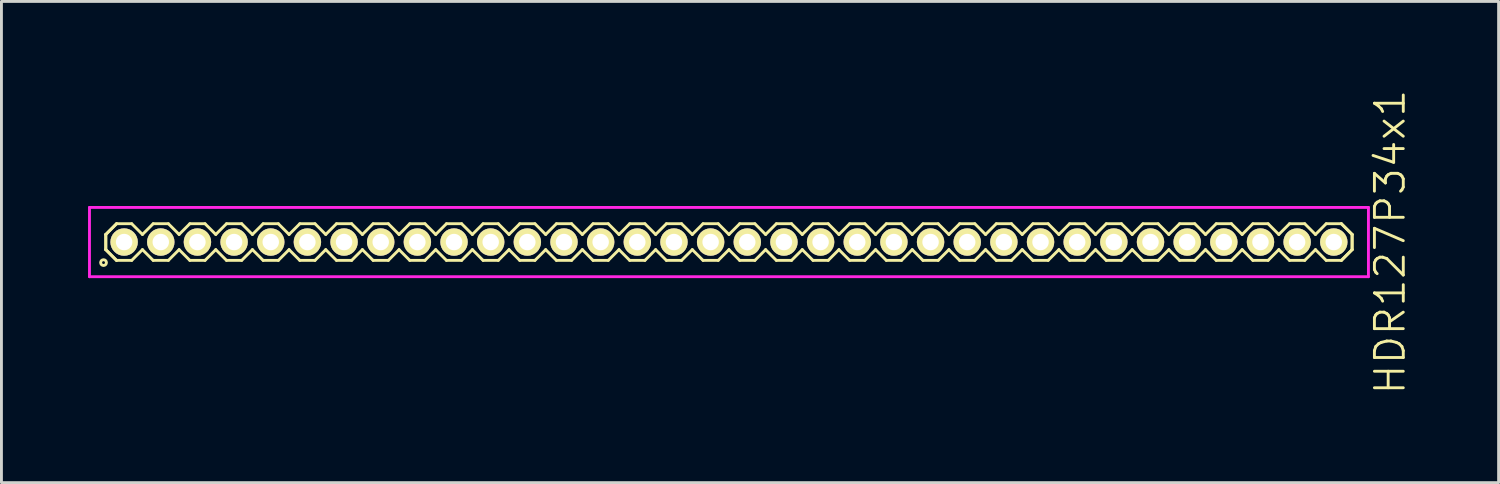
<source format=kicad_pcb>
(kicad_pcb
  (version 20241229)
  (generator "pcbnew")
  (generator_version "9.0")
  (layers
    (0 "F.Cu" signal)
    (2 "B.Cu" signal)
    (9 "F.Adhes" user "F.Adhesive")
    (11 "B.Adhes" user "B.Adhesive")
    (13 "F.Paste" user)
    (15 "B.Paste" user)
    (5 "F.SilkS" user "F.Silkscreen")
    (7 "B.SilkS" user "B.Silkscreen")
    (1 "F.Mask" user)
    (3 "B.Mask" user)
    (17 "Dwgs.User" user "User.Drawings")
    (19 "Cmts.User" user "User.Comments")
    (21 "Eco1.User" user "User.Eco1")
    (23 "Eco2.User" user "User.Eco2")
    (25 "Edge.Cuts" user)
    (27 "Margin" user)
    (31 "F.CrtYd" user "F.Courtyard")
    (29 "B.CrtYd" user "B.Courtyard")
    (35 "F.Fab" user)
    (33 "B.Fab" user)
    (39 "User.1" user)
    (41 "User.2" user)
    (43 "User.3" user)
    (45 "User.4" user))
  (footprint "HDR127P34x1"
    (layer "F.Cu")
    (at 22.205 5.336)
    (property "Reference" "HDR127P34x1" (at 22.905 0 90) (layer "F.SilkS") (effects (font (size 1 1) (thickness 0.1))))
    (attr through_hole)
    (fp_line (start -21.59 -0.263) (end -21.218 -0.635) (stroke (width 0.1) (type solid)) (layer "F.SilkS"))
    (fp_line (start -21.59 -0.263) (end -21.218 -0.635) (stroke (width 0.1) (type solid)) (layer "F.SilkS"))
    (fp_line (start -21.59 0.263) (end -21.59 -0.263) (stroke (width 0.1) (type solid)) (layer "F.SilkS"))
    (fp_line (start -21.59 0.263) (end -21.59 -0.263) (stroke (width 0.1) (type solid)) (layer "F.SilkS"))
    (fp_line (start -21.218 -0.635) (end -20.692 -0.635) (stroke (width 0.1) (type solid)) (layer "F.SilkS"))
    (fp_line (start -21.218 0.635) (end -21.59 0.263) (stroke (width 0.1) (type solid)) (layer "F.SilkS"))
    (fp_line (start -21.218 0.635) (end -21.59 0.263) (stroke (width 0.1) (type solid)) (layer "F.SilkS"))
    (fp_line (start -20.692 -0.635) (end -20.32 -0.263) (stroke (width 0.1) (type solid)) (layer "F.SilkS"))
    (fp_line (start -20.692 0.635) (end -21.218 0.635) (stroke (width 0.1) (type solid)) (layer "F.SilkS"))
    (fp_line (start -20.32 -0.263) (end -19.948 -0.635) (stroke (width 0.1) (type solid)) (layer "F.SilkS"))
    (fp_line (start -20.32 0.263) (end -20.692 0.635) (stroke (width 0.1) (type solid)) (layer "F.SilkS"))
    (fp_line (start -19.948 -0.635) (end -19.422 -0.635) (stroke (width 0.1) (type solid)) (layer "F.SilkS"))
    (fp_line (start -19.948 0.635) (end -20.32 0.263) (stroke (width 0.1) (type solid)) (layer "F.SilkS"))
    (fp_line (start -19.422 -0.635) (end -19.05 -0.263) (stroke (width 0.1) (type solid)) (layer "F.SilkS"))
    (fp_line (start -19.422 0.635) (end -19.948 0.635) (stroke (width 0.1) (type solid)) (layer "F.SilkS"))
    (fp_line (start -19.05 -0.263) (end -18.678 -0.635) (stroke (width 0.1) (type solid)) (layer "F.SilkS"))
    (fp_line (start -19.05 0.263) (end -19.422 0.635) (stroke (width 0.1) (type solid)) (layer "F.SilkS"))
    (fp_line (start -18.678 -0.635) (end -18.152 -0.635) (stroke (width 0.1) (type solid)) (layer "F.SilkS"))
    (fp_line (start -18.678 0.635) (end -19.05 0.263) (stroke (width 0.1) (type solid)) (layer "F.SilkS"))
    (fp_line (start -18.152 -0.635) (end -17.78 -0.263) (stroke (width 0.1) (type solid)) (layer "F.SilkS"))
    (fp_line (start -18.152 0.635) (end -18.678 0.635) (stroke (width 0.1) (type solid)) (layer "F.SilkS"))
    (fp_line (start -17.78 -0.263) (end -17.408 -0.635) (stroke (width 0.1) (type solid)) (layer "F.SilkS"))
    (fp_line (start -17.78 0.263) (end -18.152 0.635) (stroke (width 0.1) (type solid)) (layer "F.SilkS"))
    (fp_line (start -17.408 -0.635) (end -16.882 -0.635) (stroke (width 0.1) (type solid)) (layer "F.SilkS"))
    (fp_line (start -17.408 0.635) (end -17.78 0.263) (stroke (width 0.1) (type solid)) (layer "F.SilkS"))
    (fp_line (start -16.882 -0.635) (end -16.51 -0.263) (stroke (width 0.1) (type solid)) (layer "F.SilkS"))
    (fp_line (start -16.882 0.635) (end -17.408 0.635) (stroke (width 0.1) (type solid)) (layer "F.SilkS"))
    (fp_line (start -16.51 -0.263) (end -16.138 -0.635) (stroke (width 0.1) (type solid)) (layer "F.SilkS"))
    (fp_line (start -16.51 0.263) (end -16.882 0.635) (stroke (width 0.1) (type solid)) (layer "F.SilkS"))
    (fp_line (start -16.138 -0.635) (end -15.612 -0.635) (stroke (width 0.1) (type solid)) (layer "F.SilkS"))
    (fp_line (start -16.138 0.635) (end -16.51 0.263) (stroke (width 0.1) (type solid)) (layer "F.SilkS"))
    (fp_line (start -15.612 -0.635) (end -15.24 -0.263) (stroke (width 0.1) (type solid)) (layer "F.SilkS"))
    (fp_line (start -15.612 0.635) (end -16.138 0.635) (stroke (width 0.1) (type solid)) (layer "F.SilkS"))
    (fp_line (start -15.24 -0.263) (end -14.868 -0.635) (stroke (width 0.1) (type solid)) (layer "F.SilkS"))
    (fp_line (start -15.24 0.263) (end -15.612 0.635) (stroke (width 0.1) (type solid)) (layer "F.SilkS"))
    (fp_line (start -14.868 -0.635) (end -14.342 -0.635) (stroke (width 0.1) (type solid)) (layer "F.SilkS"))
    (fp_line (start -14.868 0.635) (end -15.24 0.263) (stroke (width 0.1) (type solid)) (layer "F.SilkS"))
    (fp_line (start -14.342 -0.635) (end -13.97 -0.263) (stroke (width 0.1) (type solid)) (layer "F.SilkS"))
    (fp_line (start -14.342 0.635) (end -14.868 0.635) (stroke (width 0.1) (type solid)) (layer "F.SilkS"))
    (fp_line (start -13.97 -0.263) (end -13.598 -0.635) (stroke (width 0.1) (type solid)) (layer "F.SilkS"))
    (fp_line (start -13.97 0.263) (end -14.342 0.635) (stroke (width 0.1) (type solid)) (layer "F.SilkS"))
    (fp_line (start -13.598 -0.635) (end -13.072 -0.635) (stroke (width 0.1) (type solid)) (layer "F.SilkS"))
    (fp_line (start -13.598 0.635) (end -13.97 0.263) (stroke (width 0.1) (type solid)) (layer "F.SilkS"))
    (fp_line (start -13.072 -0.635) (end -12.7 -0.263) (stroke (width 0.1) (type solid)) (layer "F.SilkS"))
    (fp_line (start -13.072 0.635) (end -13.598 0.635) (stroke (width 0.1) (type solid)) (layer "F.SilkS"))
    (fp_line (start -12.7 -0.263) (end -12.328 -0.635) (stroke (width 0.1) (type solid)) (layer "F.SilkS"))
    (fp_line (start -12.7 0.263) (end -13.072 0.635) (stroke (width 0.1) (type solid)) (layer "F.SilkS"))
    (fp_line (start -12.328 -0.635) (end -11.802 -0.635) (stroke (width 0.1) (type solid)) (layer "F.SilkS"))
    (fp_line (start -12.328 0.635) (end -12.7 0.263) (stroke (width 0.1) (type solid)) (layer "F.SilkS"))
    (fp_line (start -11.802 -0.635) (end -11.43 -0.263) (stroke (width 0.1) (type solid)) (layer "F.SilkS"))
    (fp_line (start -11.802 0.635) (end -12.328 0.635) (stroke (width 0.1) (type solid)) (layer "F.SilkS"))
    (fp_line (start -11.43 -0.263) (end -11.058 -0.635) (stroke (width 0.1) (type solid)) (layer "F.SilkS"))
    (fp_line (start -11.43 0.263) (end -11.802 0.635) (stroke (width 0.1) (type solid)) (layer "F.SilkS"))
    (fp_line (start -11.058 -0.635) (end -10.532 -0.635) (stroke (width 0.1) (type solid)) (layer "F.SilkS"))
    (fp_line (start -11.058 0.635) (end -11.43 0.263) (stroke (width 0.1) (type solid)) (layer "F.SilkS"))
    (fp_line (start -10.532 -0.635) (end -10.16 -0.263) (stroke (width 0.1) (type solid)) (layer "F.SilkS"))
    (fp_line (start -10.532 0.635) (end -11.058 0.635) (stroke (width 0.1) (type solid)) (layer "F.SilkS"))
    (fp_line (start -10.16 -0.263) (end -9.788 -0.635) (stroke (width 0.1) (type solid)) (layer "F.SilkS"))
    (fp_line (start -10.16 0.263) (end -10.532 0.635) (stroke (width 0.1) (type solid)) (layer "F.SilkS"))
    (fp_line (start -9.788 -0.635) (end -9.262 -0.635) (stroke (width 0.1) (type solid)) (layer "F.SilkS"))
    (fp_line (start -9.788 0.635) (end -10.16 0.263) (stroke (width 0.1) (type solid)) (layer "F.SilkS"))
    (fp_line (start -9.262 -0.635) (end -8.89 -0.263) (stroke (width 0.1) (type solid)) (layer "F.SilkS"))
    (fp_line (start -9.262 0.635) (end -9.788 0.635) (stroke (width 0.1) (type solid)) (layer "F.SilkS"))
    (fp_line (start -8.89 -0.263) (end -8.518 -0.635) (stroke (width 0.1) (type solid)) (layer "F.SilkS"))
    (fp_line (start -8.89 0.263) (end -9.262 0.635) (stroke (width 0.1) (type solid)) (layer "F.SilkS"))
    (fp_line (start -8.518 -0.635) (end -7.992 -0.635) (stroke (width 0.1) (type solid)) (layer "F.SilkS"))
    (fp_line (start -8.518 0.635) (end -8.89 0.263) (stroke (width 0.1) (type solid)) (layer "F.SilkS"))
    (fp_line (start -7.992 -0.635) (end -7.62 -0.263) (stroke (width 0.1) (type solid)) (layer "F.SilkS"))
    (fp_line (start -7.992 0.635) (end -8.518 0.635) (stroke (width 0.1) (type solid)) (layer "F.SilkS"))
    (fp_line (start -7.62 -0.263) (end -7.248 -0.635) (stroke (width 0.1) (type solid)) (layer "F.SilkS"))
    (fp_line (start -7.62 0.263) (end -7.992 0.635) (stroke (width 0.1) (type solid)) (layer "F.SilkS"))
    (fp_line (start -7.248 -0.635) (end -6.722 -0.635) (stroke (width 0.1) (type solid)) (layer "F.SilkS"))
    (fp_line (start -7.248 0.635) (end -7.62 0.263) (stroke (width 0.1) (type solid)) (layer "F.SilkS"))
    (fp_line (start -6.722 -0.635) (end -6.35 -0.263) (stroke (width 0.1) (type solid)) (layer "F.SilkS"))
    (fp_line (start -6.722 0.635) (end -7.248 0.635) (stroke (width 0.1) (type solid)) (layer "F.SilkS"))
    (fp_line (start -6.35 -0.263) (end -5.978 -0.635) (stroke (width 0.1) (type solid)) (layer "F.SilkS"))
    (fp_line (start -6.35 0.263) (end -6.722 0.635) (stroke (width 0.1) (type solid)) (layer "F.SilkS"))
    (fp_line (start -5.978 -0.635) (end -5.452 -0.635) (stroke (width 0.1) (type solid)) (layer "F.SilkS"))
    (fp_line (start -5.978 0.635) (end -6.35 0.263) (stroke (width 0.1) (type solid)) (layer "F.SilkS"))
    (fp_line (start -5.452 -0.635) (end -5.08 -0.263) (stroke (width 0.1) (type solid)) (layer "F.SilkS"))
    (fp_line (start -5.452 0.635) (end -5.978 0.635) (stroke (width 0.1) (type solid)) (layer "F.SilkS"))
    (fp_line (start -5.08 -0.263) (end -4.708 -0.635) (stroke (width 0.1) (type solid)) (layer "F.SilkS"))
    (fp_line (start -5.08 0.263) (end -5.452 0.635) (stroke (width 0.1) (type solid)) (layer "F.SilkS"))
    (fp_line (start -4.708 -0.635) (end -4.182 -0.635) (stroke (width 0.1) (type solid)) (layer "F.SilkS"))
    (fp_line (start -4.708 0.635) (end -5.08 0.263) (stroke (width 0.1) (type solid)) (layer "F.SilkS"))
    (fp_line (start -4.182 -0.635) (end -3.81 -0.263) (stroke (width 0.1) (type solid)) (layer "F.SilkS"))
    (fp_line (start -4.182 0.635) (end -4.708 0.635) (stroke (width 0.1) (type solid)) (layer "F.SilkS"))
    (fp_line (start -3.81 -0.263) (end -3.438 -0.635) (stroke (width 0.1) (type solid)) (layer "F.SilkS"))
    (fp_line (start -3.81 0.263) (end -4.182 0.635) (stroke (width 0.1) (type solid)) (layer "F.SilkS"))
    (fp_line (start -3.438 -0.635) (end -2.912 -0.635) (stroke (width 0.1) (type solid)) (layer "F.SilkS"))
    (fp_line (start -3.438 0.635) (end -3.81 0.263) (stroke (width 0.1) (type solid)) (layer "F.SilkS"))
    (fp_line (start -2.912 -0.635) (end -2.54 -0.263) (stroke (width 0.1) (type solid)) (layer "F.SilkS"))
    (fp_line (start -2.912 0.635) (end -3.438 0.635) (stroke (width 0.1) (type solid)) (layer "F.SilkS"))
    (fp_line (start -2.54 -0.263) (end -2.168 -0.635) (stroke (width 0.1) (type solid)) (layer "F.SilkS"))
    (fp_line (start -2.54 0.263) (end -2.912 0.635) (stroke (width 0.1) (type solid)) (layer "F.SilkS"))
    (fp_line (start -2.168 -0.635) (end -1.642 -0.635) (stroke (width 0.1) (type solid)) (layer "F.SilkS"))
    (fp_line (start -2.168 0.635) (end -2.54 0.263) (stroke (width 0.1) (type solid)) (layer "F.SilkS"))
    (fp_line (start -1.642 -0.635) (end -1.27 -0.263) (stroke (width 0.1) (type solid)) (layer "F.SilkS"))
    (fp_line (start -1.642 0.635) (end -2.168 0.635) (stroke (width 0.1) (type solid)) (layer "F.SilkS"))
    (fp_line (start -1.27 -0.263) (end -0.898 -0.635) (stroke (width 0.1) (type solid)) (layer "F.SilkS"))
    (fp_line (start -1.27 0.263) (end -1.642 0.635) (stroke (width 0.1) (type solid)) (layer "F.SilkS"))
    (fp_line (start -0.898 -0.635) (end -0.372 -0.635) (stroke (width 0.1) (type solid)) (layer "F.SilkS"))
    (fp_line (start -0.898 0.635) (end -1.27 0.263) (stroke (width 0.1) (type solid)) (layer "F.SilkS"))
    (fp_line (start -0.372 -0.635) (end 0 -0.263) (stroke (width 0.1) (type solid)) (layer "F.SilkS"))
    (fp_line (start -0.372 0.635) (end -0.898 0.635) (stroke (width 0.1) (type solid)) (layer "F.SilkS"))
    (fp_line (start 0 -0.263) (end 0.372 -0.635) (stroke (width 0.1) (type solid)) (layer "F.SilkS"))
    (fp_line (start 0 0.263) (end -0.372 0.635) (stroke (width 0.1) (type solid)) (layer "F.SilkS"))
    (fp_line (start 0.372 -0.635) (end 0.898 -0.635) (stroke (width 0.1) (type solid)) (layer "F.SilkS"))
    (fp_line (start 0.372 0.635) (end 0 0.263) (stroke (width 0.1) (type solid)) (layer "F.SilkS"))
    (fp_line (start 0.898 -0.635) (end 1.27 -0.263) (stroke (width 0.1) (type solid)) (layer "F.SilkS"))
    (fp_line (start 0.898 0.635) (end 0.372 0.635) (stroke (width 0.1) (type solid)) (layer "F.SilkS"))
    (fp_line (start 1.27 -0.263) (end 1.642 -0.635) (stroke (width 0.1) (type solid)) (layer "F.SilkS"))
    (fp_line (start 1.27 0.263) (end 0.898 0.635) (stroke (width 0.1) (type solid)) (layer "F.SilkS"))
    (fp_line (start 1.642 -0.635) (end 2.168 -0.635) (stroke (width 0.1) (type solid)) (layer "F.SilkS"))
    (fp_line (start 1.642 0.635) (end 1.27 0.263) (stroke (width 0.1) (type solid)) (layer "F.SilkS"))
    (fp_line (start 2.168 -0.635) (end 2.54 -0.263) (stroke (width 0.1) (type solid)) (layer "F.SilkS"))
    (fp_line (start 2.168 0.635) (end 1.642 0.635) (stroke (width 0.1) (type solid)) (layer "F.SilkS"))
    (fp_line (start 2.54 -0.263) (end 2.912 -0.635) (stroke (width 0.1) (type solid)) (layer "F.SilkS"))
    (fp_line (start 2.54 0.263) (end 2.168 0.635) (stroke (width 0.1) (type solid)) (layer "F.SilkS"))
    (fp_line (start 2.912 -0.635) (end 3.438 -0.635) (stroke (width 0.1) (type solid)) (layer "F.SilkS"))
    (fp_line (start 2.912 0.635) (end 2.54 0.263) (stroke (width 0.1) (type solid)) (layer "F.SilkS"))
    (fp_line (start 3.438 -0.635) (end 3.81 -0.263) (stroke (width 0.1) (type solid)) (layer "F.SilkS"))
    (fp_line (start 3.438 0.635) (end 2.912 0.635) (stroke (width 0.1) (type solid)) (layer "F.SilkS"))
    (fp_line (start 3.81 -0.263) (end 4.182 -0.635) (stroke (width 0.1) (type solid)) (layer "F.SilkS"))
    (fp_line (start 3.81 0.263) (end 3.438 0.635) (stroke (width 0.1) (type solid)) (layer "F.SilkS"))
    (fp_line (start 4.182 -0.635) (end 4.708 -0.635) (stroke (width 0.1) (type solid)) (layer "F.SilkS"))
    (fp_line (start 4.182 0.635) (end 3.81 0.263) (stroke (width 0.1) (type solid)) (layer "F.SilkS"))
    (fp_line (start 4.708 -0.635) (end 5.08 -0.263) (stroke (width 0.1) (type solid)) (layer "F.SilkS"))
    (fp_line (start 4.708 0.635) (end 4.182 0.635) (stroke (width 0.1) (type solid)) (layer "F.SilkS"))
    (fp_line (start 5.08 -0.263) (end 5.452 -0.635) (stroke (width 0.1) (type solid)) (layer "F.SilkS"))
    (fp_line (start 5.08 0.263) (end 4.708 0.635) (stroke (width 0.1) (type solid)) (layer "F.SilkS"))
    (fp_line (start 5.452 -0.635) (end 5.978 -0.635) (stroke (width 0.1) (type solid)) (layer "F.SilkS"))
    (fp_line (start 5.452 0.635) (end 5.08 0.263) (stroke (width 0.1) (type solid)) (layer "F.SilkS"))
    (fp_line (start 5.978 -0.635) (end 6.35 -0.263) (stroke (width 0.1) (type solid)) (layer "F.SilkS"))
    (fp_line (start 5.978 0.635) (end 5.452 0.635) (stroke (width 0.1) (type solid)) (layer "F.SilkS"))
    (fp_line (start 6.35 -0.263) (end 6.722 -0.635) (stroke (width 0.1) (type solid)) (layer "F.SilkS"))
    (fp_line (start 6.35 0.263) (end 5.978 0.635) (stroke (width 0.1) (type solid)) (layer "F.SilkS"))
    (fp_line (start 6.722 -0.635) (end 7.248 -0.635) (stroke (width 0.1) (type solid)) (layer "F.SilkS"))
    (fp_line (start 6.722 0.635) (end 6.35 0.263) (stroke (width 0.1) (type solid)) (layer "F.SilkS"))
    (fp_line (start 7.248 -0.635) (end 7.62 -0.263) (stroke (width 0.1) (type solid)) (layer "F.SilkS"))
    (fp_line (start 7.248 0.635) (end 6.722 0.635) (stroke (width 0.1) (type solid)) (layer "F.SilkS"))
    (fp_line (start 7.62 -0.263) (end 7.992 -0.635) (stroke (width 0.1) (type solid)) (layer "F.SilkS"))
    (fp_line (start 7.62 0.263) (end 7.248 0.635) (stroke (width 0.1) (type solid)) (layer "F.SilkS"))
    (fp_line (start 7.992 -0.635) (end 8.518 -0.635) (stroke (width 0.1) (type solid)) (layer "F.SilkS"))
    (fp_line (start 7.992 0.635) (end 7.62 0.263) (stroke (width 0.1) (type solid)) (layer "F.SilkS"))
    (fp_line (start 8.518 -0.635) (end 8.89 -0.263) (stroke (width 0.1) (type solid)) (layer "F.SilkS"))
    (fp_line (start 8.518 0.635) (end 7.992 0.635) (stroke (width 0.1) (type solid)) (layer "F.SilkS"))
    (fp_line (start 8.89 -0.263) (end 9.262 -0.635) (stroke (width 0.1) (type solid)) (layer "F.SilkS"))
    (fp_line (start 8.89 0.263) (end 8.518 0.635) (stroke (width 0.1) (type solid)) (layer "F.SilkS"))
    (fp_line (start 9.262 -0.635) (end 9.788 -0.635) (stroke (width 0.1) (type solid)) (layer "F.SilkS"))
    (fp_line (start 9.262 0.635) (end 8.89 0.263) (stroke (width 0.1) (type solid)) (layer "F.SilkS"))
    (fp_line (start 9.788 -0.635) (end 10.16 -0.263) (stroke (width 0.1) (type solid)) (layer "F.SilkS"))
    (fp_line (start 9.788 0.635) (end 9.262 0.635) (stroke (width 0.1) (type solid)) (layer "F.SilkS"))
    (fp_line (start 10.16 -0.263) (end 10.532 -0.635) (stroke (width 0.1) (type solid)) (layer "F.SilkS"))
    (fp_line (start 10.16 0.263) (end 9.788 0.635) (stroke (width 0.1) (type solid)) (layer "F.SilkS"))
    (fp_line (start 10.532 -0.635) (end 11.058 -0.635) (stroke (width 0.1) (type solid)) (layer "F.SilkS"))
    (fp_line (start 10.532 0.635) (end 10.16 0.263) (stroke (width 0.1) (type solid)) (layer "F.SilkS"))
    (fp_line (start 11.058 -0.635) (end 11.43 -0.263) (stroke (width 0.1) (type solid)) (layer "F.SilkS"))
    (fp_line (start 11.058 0.635) (end 10.532 0.635) (stroke (width 0.1) (type solid)) (layer "F.SilkS"))
    (fp_line (start 11.43 -0.263) (end 11.802 -0.635) (stroke (width 0.1) (type solid)) (layer "F.SilkS"))
    (fp_line (start 11.43 0.263) (end 11.058 0.635) (stroke (width 0.1) (type solid)) (layer "F.SilkS"))
    (fp_line (start 11.802 -0.635) (end 12.328 -0.635) (stroke (width 0.1) (type solid)) (layer "F.SilkS"))
    (fp_line (start 11.802 0.635) (end 11.43 0.263) (stroke (width 0.1) (type solid)) (layer "F.SilkS"))
    (fp_line (start 12.328 -0.635) (end 12.7 -0.263) (stroke (width 0.1) (type solid)) (layer "F.SilkS"))
    (fp_line (start 12.328 0.635) (end 11.802 0.635) (stroke (width 0.1) (type solid)) (layer "F.SilkS"))
    (fp_line (start 12.7 -0.263) (end 13.072 -0.635) (stroke (width 0.1) (type solid)) (layer "F.SilkS"))
    (fp_line (start 12.7 0.263) (end 12.328 0.635) (stroke (width 0.1) (type solid)) (layer "F.SilkS"))
    (fp_line (start 13.072 -0.635) (end 13.598 -0.635) (stroke (width 0.1) (type solid)) (layer "F.SilkS"))
    (fp_line (start 13.072 0.635) (end 12.7 0.263) (stroke (width 0.1) (type solid)) (layer "F.SilkS"))
    (fp_line (start 13.598 -0.635) (end 13.97 -0.263) (stroke (width 0.1) (type solid)) (layer "F.SilkS"))
    (fp_line (start 13.598 0.635) (end 13.072 0.635) (stroke (width 0.1) (type solid)) (layer "F.SilkS"))
    (fp_line (start 13.97 -0.263) (end 14.342 -0.635) (stroke (width 0.1) (type solid)) (layer "F.SilkS"))
    (fp_line (start 13.97 0.263) (end 13.598 0.635) (stroke (width 0.1) (type solid)) (layer "F.SilkS"))
    (fp_line (start 14.342 -0.635) (end 14.868 -0.635) (stroke (width 0.1) (type solid)) (layer "F.SilkS"))
    (fp_line (start 14.342 0.635) (end 13.97 0.263) (stroke (width 0.1) (type solid)) (layer "F.SilkS"))
    (fp_line (start 14.868 -0.635) (end 15.24 -0.263) (stroke (width 0.1) (type solid)) (layer "F.SilkS"))
    (fp_line (start 14.868 0.635) (end 14.342 0.635) (stroke (width 0.1) (type solid)) (layer "F.SilkS"))
    (fp_line (start 15.24 -0.263) (end 15.612 -0.635) (stroke (width 0.1) (type solid)) (layer "F.SilkS"))
    (fp_line (start 15.24 0.263) (end 14.868 0.635) (stroke (width 0.1) (type solid)) (layer "F.SilkS"))
    (fp_line (start 15.612 -0.635) (end 16.138 -0.635) (stroke (width 0.1) (type solid)) (layer "F.SilkS"))
    (fp_line (start 15.612 0.635) (end 15.24 0.263) (stroke (width 0.1) (type solid)) (layer "F.SilkS"))
    (fp_line (start 16.138 -0.635) (end 16.51 -0.263) (stroke (width 0.1) (type solid)) (layer "F.SilkS"))
    (fp_line (start 16.138 0.635) (end 15.612 0.635) (stroke (width 0.1) (type solid)) (layer "F.SilkS"))
    (fp_line (start 16.51 -0.263) (end 16.882 -0.635) (stroke (width 0.1) (type solid)) (layer "F.SilkS"))
    (fp_line (start 16.51 0.263) (end 16.138 0.635) (stroke (width 0.1) (type solid)) (layer "F.SilkS"))
    (fp_line (start 16.882 -0.635) (end 17.408 -0.635) (stroke (width 0.1) (type solid)) (layer "F.SilkS"))
    (fp_line (start 16.882 0.635) (end 16.51 0.263) (stroke (width 0.1) (type solid)) (layer "F.SilkS"))
    (fp_line (start 17.408 -0.635) (end 17.78 -0.263) (stroke (width 0.1) (type solid)) (layer "F.SilkS"))
    (fp_line (start 17.408 0.635) (end 16.882 0.635) (stroke (width 0.1) (type solid)) (layer "F.SilkS"))
    (fp_line (start 17.78 -0.263) (end 18.152 -0.635) (stroke (width 0.1) (type solid)) (layer "F.SilkS"))
    (fp_line (start 17.78 0.263) (end 17.408 0.635) (stroke (width 0.1) (type solid)) (layer "F.SilkS"))
    (fp_line (start 18.152 -0.635) (end 18.678 -0.635) (stroke (width 0.1) (type solid)) (layer "F.SilkS"))
    (fp_line (start 18.152 0.635) (end 17.78 0.263) (stroke (width 0.1) (type solid)) (layer "F.SilkS"))
    (fp_line (start 18.678 -0.635) (end 19.05 -0.263) (stroke (width 0.1) (type solid)) (layer "F.SilkS"))
    (fp_line (start 18.678 0.635) (end 18.152 0.635) (stroke (width 0.1) (type solid)) (layer "F.SilkS"))
    (fp_line (start 19.05 -0.263) (end 19.422 -0.635) (stroke (width 0.1) (type solid)) (layer "F.SilkS"))
    (fp_line (start 19.05 0.263) (end 18.678 0.635) (stroke (width 0.1) (type solid)) (layer "F.SilkS"))
    (fp_line (start 19.422 -0.635) (end 19.948 -0.635) (stroke (width 0.1) (type solid)) (layer "F.SilkS"))
    (fp_line (start 19.422 0.635) (end 19.05 0.263) (stroke (width 0.1) (type solid)) (layer "F.SilkS"))
    (fp_line (start 19.948 -0.635) (end 20.32 -0.263) (stroke (width 0.1) (type solid)) (layer "F.SilkS"))
    (fp_line (start 19.948 0.635) (end 19.422 0.635) (stroke (width 0.1) (type solid)) (layer "F.SilkS"))
    (fp_line (start 20.32 -0.263) (end 20.692 -0.635) (stroke (width 0.1) (type solid)) (layer "F.SilkS"))
    (fp_line (start 20.32 0.263) (end 19.948 0.635) (stroke (width 0.1) (type solid)) (layer "F.SilkS"))
    (fp_line (start 20.692 -0.635) (end 21.218 -0.635) (stroke (width 0.1) (type solid)) (layer "F.SilkS"))
    (fp_line (start 20.692 0.635) (end 20.32 0.263) (stroke (width 0.1) (type solid)) (layer "F.SilkS"))
    (fp_line (start 21.218 -0.635) (end 21.59 -0.263) (stroke (width 0.1) (type solid)) (layer "F.SilkS"))
    (fp_line (start 21.218 -0.635) (end 21.59 -0.263) (stroke (width 0.1) (type solid)) (layer "F.SilkS"))
    (fp_line (start 21.218 0.635) (end 20.692 0.635) (stroke (width 0.1) (type solid)) (layer "F.SilkS"))
    (fp_line (start 21.59 -0.263) (end 21.59 0.263) (stroke (width 0.1) (type solid)) (layer "F.SilkS"))
    (fp_line (start 21.59 -0.263) (end 21.59 0.263) (stroke (width 0.1) (type solid)) (layer "F.SilkS"))
    (fp_line (start 21.59 0.263) (end 21.218 0.635) (stroke (width 0.1) (type solid)) (layer "F.SilkS"))
    (fp_line (start 21.59 0.263) (end 21.218 0.635) (stroke (width 0.1) (type solid)) (layer "F.SilkS"))
    (fp_circle (center -21.668 0.712) (end -21.568 0.712) (stroke (width 0.1) (type solid)) (fill no) (layer "F.SilkS"))
    (fp_line (start -22.155 -1.2) (end -22.155 1.2) (stroke (width 0.1) (type solid)) (layer "F.CrtYd"))
    (fp_line (start -22.155 1.2) (end 22.155 1.2) (stroke (width 0.1) (type solid)) (layer "F.CrtYd"))
    (fp_line (start 22.155 -1.2) (end -22.155 -1.2) (stroke (width 0.1) (type solid)) (layer "F.CrtYd"))
    (fp_line (start 22.155 1.2) (end 22.155 -1.2) (stroke (width 0.1) (type solid)) (layer "F.CrtYd"))
    (pad "1" thru_hole oval (at -20.955 0) (size 0.95 0.95) (drill 0.57) (layers "*.Cu" "*.Mask" "F.SilkS"))
    (pad "2" thru_hole oval (at -19.685 0) (size 0.95 0.95) (drill 0.57) (layers "*.Cu" "*.Mask" "F.SilkS"))
    (pad "3" thru_hole oval (at -18.415 0) (size 0.95 0.95) (drill 0.57) (layers "*.Cu" "*.Mask" "F.SilkS"))
    (pad "4" thru_hole oval (at -17.145 0) (size 0.95 0.95) (drill 0.57) (layers "*.Cu" "*.Mask" "F.SilkS"))
    (pad "5" thru_hole oval (at -15.875 0) (size 0.95 0.95) (drill 0.57) (layers "*.Cu" "*.Mask" "F.SilkS"))
    (pad "6" thru_hole oval (at -14.605 0) (size 0.95 0.95) (drill 0.57) (layers "*.Cu" "*.Mask" "F.SilkS"))
    (pad "7" thru_hole oval (at -13.335 0) (size 0.95 0.95) (drill 0.57) (layers "*.Cu" "*.Mask" "F.SilkS"))
    (pad "8" thru_hole oval (at -12.065 0) (size 0.95 0.95) (drill 0.57) (layers "*.Cu" "*.Mask" "F.SilkS"))
    (pad "9" thru_hole oval (at -10.795 0) (size 0.95 0.95) (drill 0.57) (layers "*.Cu" "*.Mask" "F.SilkS"))
    (pad "10" thru_hole oval (at -9.525 0) (size 0.95 0.95) (drill 0.57) (layers "*.Cu" "*.Mask" "F.SilkS"))
    (pad "11" thru_hole oval (at -8.255 0) (size 0.95 0.95) (drill 0.57) (layers "*.Cu" "*.Mask" "F.SilkS"))
    (pad "12" thru_hole oval (at -6.985 0) (size 0.95 0.95) (drill 0.57) (layers "*.Cu" "*.Mask" "F.SilkS"))
    (pad "13" thru_hole oval (at -5.715 0) (size 0.95 0.95) (drill 0.57) (layers "*.Cu" "*.Mask" "F.SilkS"))
    (pad "14" thru_hole oval (at -4.445 0) (size 0.95 0.95) (drill 0.57) (layers "*.Cu" "*.Mask" "F.SilkS"))
    (pad "15" thru_hole oval (at -3.175 0) (size 0.95 0.95) (drill 0.57) (layers "*.Cu" "*.Mask" "F.SilkS"))
    (pad "16" thru_hole oval (at -1.905 0) (size 0.95 0.95) (drill 0.57) (layers "*.Cu" "*.Mask" "F.SilkS"))
    (pad "17" thru_hole oval (at -0.635 0) (size 0.95 0.95) (drill 0.57) (layers "*.Cu" "*.Mask" "F.SilkS"))
    (pad "18" thru_hole oval (at 0.635 0) (size 0.95 0.95) (drill 0.57) (layers "*.Cu" "*.Mask" "F.SilkS"))
    (pad "19" thru_hole oval (at 1.905 0) (size 0.95 0.95) (drill 0.57) (layers "*.Cu" "*.Mask" "F.SilkS"))
    (pad "20" thru_hole oval (at 3.175 0) (size 0.95 0.95) (drill 0.57) (layers "*.Cu" "*.Mask" "F.SilkS"))
    (pad "21" thru_hole oval (at 4.445 0) (size 0.95 0.95) (drill 0.57) (layers "*.Cu" "*.Mask" "F.SilkS"))
    (pad "22" thru_hole oval (at 5.715 0) (size 0.95 0.95) (drill 0.57) (layers "*.Cu" "*.Mask" "F.SilkS"))
    (pad "23" thru_hole oval (at 6.985 0) (size 0.95 0.95) (drill 0.57) (layers "*.Cu" "*.Mask" "F.SilkS"))
    (pad "24" thru_hole oval (at 8.255 0) (size 0.95 0.95) (drill 0.57) (layers "*.Cu" "*.Mask" "F.SilkS"))
    (pad "25" thru_hole oval (at 9.525 0) (size 0.95 0.95) (drill 0.57) (layers "*.Cu" "*.Mask" "F.SilkS"))
    (pad "26" thru_hole oval (at 10.795 0) (size 0.95 0.95) (drill 0.57) (layers "*.Cu" "*.Mask" "F.SilkS"))
    (pad "27" thru_hole oval (at 12.065 0) (size 0.95 0.95) (drill 0.57) (layers "*.Cu" "*.Mask" "F.SilkS"))
    (pad "28" thru_hole oval (at 13.335 0) (size 0.95 0.95) (drill 0.57) (layers "*.Cu" "*.Mask" "F.SilkS"))
    (pad "29" thru_hole oval (at 14.605 0) (size 0.95 0.95) (drill 0.57) (layers "*.Cu" "*.Mask" "F.SilkS"))
    (pad "30" thru_hole oval (at 15.875 0) (size 0.95 0.95) (drill 0.57) (layers "*.Cu" "*.Mask" "F.SilkS"))
    (pad "31" thru_hole oval (at 17.145 0) (size 0.95 0.95) (drill 0.57) (layers "*.Cu" "*.Mask" "F.SilkS"))
    (pad "32" thru_hole oval (at 18.415 0) (size 0.95 0.95) (drill 0.57) (layers "*.Cu" "*.Mask" "F.SilkS"))
    (pad "33" thru_hole oval (at 19.685 0) (size 0.95 0.95) (drill 0.57) (layers "*.Cu" "*.Mask" "F.SilkS"))
    (pad "34" thru_hole oval (at 20.955 0) (size 0.95 0.95) (drill 0.57) (layers "*.Cu" "*.Mask" "F.SilkS")))
  (gr_rect
    (start -3 -3)
    (end 48.87 13.671)
    (stroke (width 0.1) (type default))
    (fill no)
    (layer "Edge.Cuts")))
</source>
